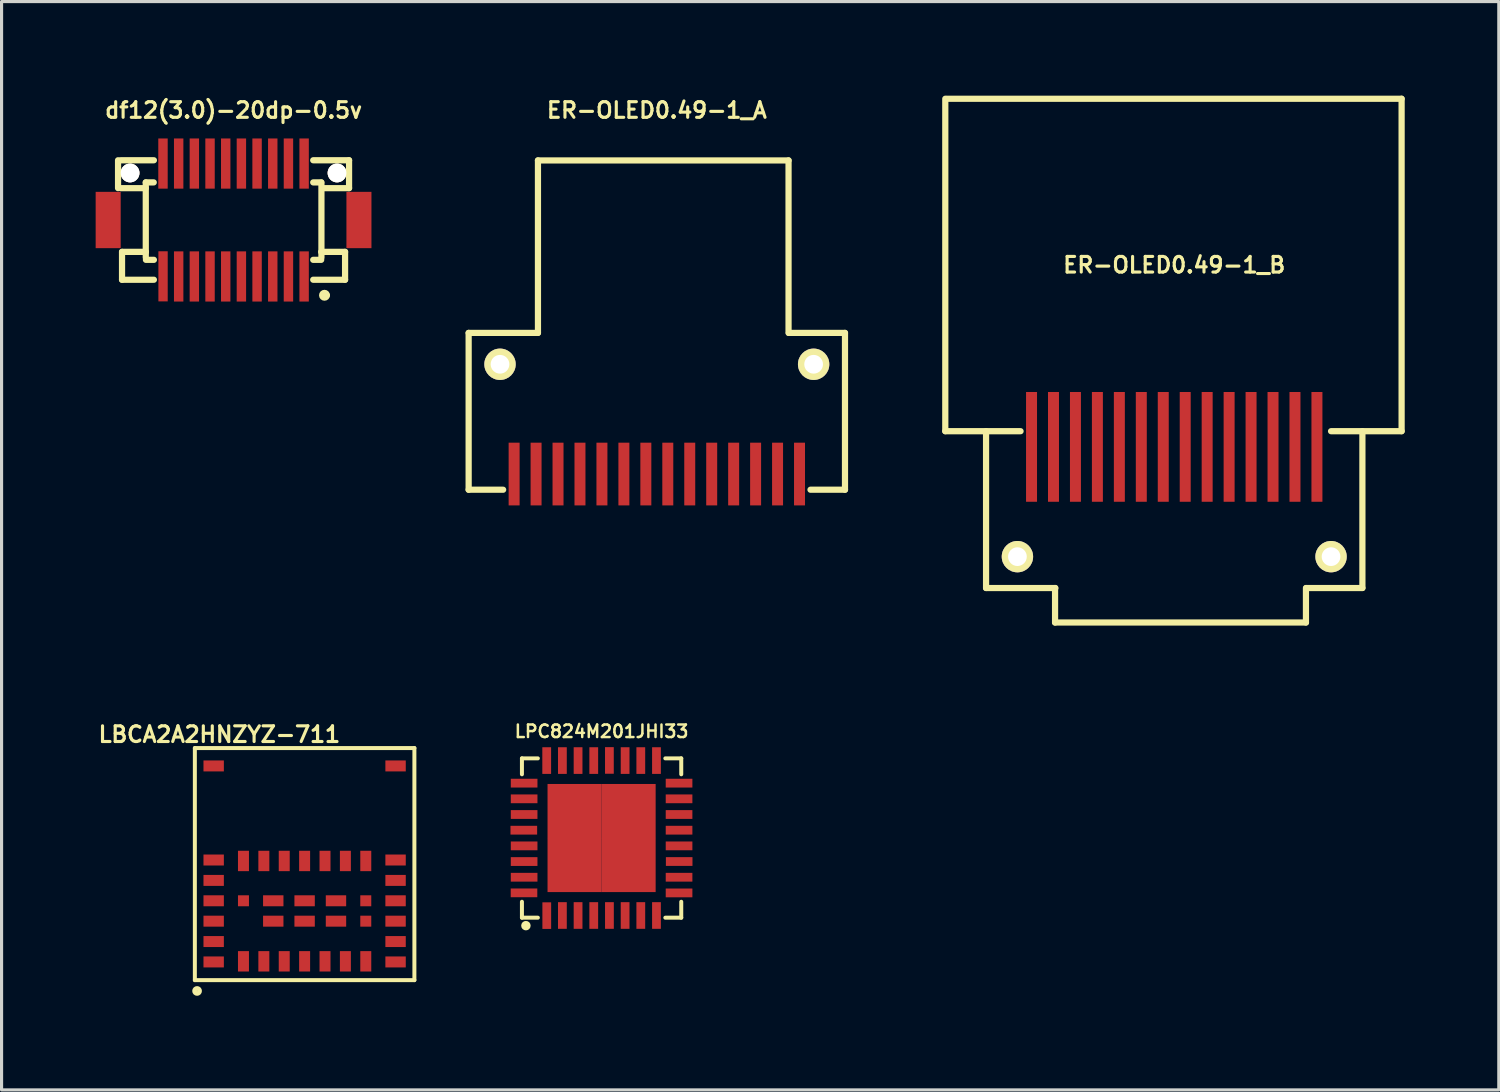
<source format=kicad_pcb>
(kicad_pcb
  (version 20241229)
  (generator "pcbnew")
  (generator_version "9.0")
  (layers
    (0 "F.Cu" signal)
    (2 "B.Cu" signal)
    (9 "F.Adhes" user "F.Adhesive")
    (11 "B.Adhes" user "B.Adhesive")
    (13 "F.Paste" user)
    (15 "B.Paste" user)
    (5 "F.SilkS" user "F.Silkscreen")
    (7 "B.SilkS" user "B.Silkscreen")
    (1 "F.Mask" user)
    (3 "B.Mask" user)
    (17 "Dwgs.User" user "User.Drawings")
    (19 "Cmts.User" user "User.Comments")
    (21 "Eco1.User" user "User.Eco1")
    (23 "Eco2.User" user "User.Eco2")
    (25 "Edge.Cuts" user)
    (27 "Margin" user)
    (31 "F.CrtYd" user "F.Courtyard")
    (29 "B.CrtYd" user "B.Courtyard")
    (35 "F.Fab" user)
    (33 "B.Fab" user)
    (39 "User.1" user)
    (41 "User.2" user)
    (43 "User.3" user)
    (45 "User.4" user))
  (footprint "df12(3.0)-20dp-0.5v"
    (layer "F.Cu")
    (at 4.397 3.965)
    (property "Reference" "df12(3.0)-20dp-0.5v" (at 0 -3.5 0) (layer "F.SilkS") (effects (font (size 0.498 0.498) (thickness 0.099))))
    (attr through_hole)
    (fp_line (start -3.683 -1.016) (end -3.683 -1.905) (stroke (width 0.198) (type solid)) (layer "F.SilkS"))
    (fp_line (start -3.599 -1.905) (end -2.54 -1.905) (stroke (width 0.198) (type solid)) (layer "F.SilkS"))
    (fp_line (start -3.556 1.016) (end -3.556 1.905) (stroke (width 0.198) (type solid)) (layer "F.SilkS"))
    (fp_line (start -2.799 -1.016) (end -3.599 -1.016) (stroke (width 0.198) (type solid)) (layer "F.SilkS"))
    (fp_line (start -2.799 1.199) (end -2.799 -1.199) (stroke (width 0.198) (type solid)) (layer "F.SilkS"))
    (fp_line (start -2.794 1.016) (end -3.556 1.016) (stroke (width 0.198) (type solid)) (layer "F.SilkS"))
    (fp_line (start -2.545 -1.199) (end -2.799 -1.199) (stroke (width 0.198) (type solid)) (layer "F.SilkS"))
    (fp_line (start -2.54 1.27) (end -2.794 1.27) (stroke (width 0.198) (type solid)) (layer "F.SilkS"))
    (fp_line (start -2.54 1.905) (end -3.556 1.905) (stroke (width 0.198) (type solid)) (layer "F.SilkS"))
    (fp_line (start 2.54 -1.905) (end 3.683 -1.905) (stroke (width 0.198) (type solid)) (layer "F.SilkS"))
    (fp_line (start 2.794 -1.199) (end 2.54 -1.199) (stroke (width 0.198) (type solid)) (layer "F.SilkS"))
    (fp_line (start 2.794 1.27) (end 2.54 1.27) (stroke (width 0.198) (type solid)) (layer "F.SilkS"))
    (fp_line (start 2.802 -1.199) (end 2.802 1.199) (stroke (width 0.198) (type solid)) (layer "F.SilkS"))
    (fp_line (start 2.883 -1.016) (end 3.683 -1.016) (stroke (width 0.198) (type solid)) (layer "F.SilkS"))
    (fp_line (start 2.9 2.4) (end 3 2.4) (stroke (width 0.15) (type solid)) (layer "F.SilkS"))
    (fp_line (start 3.556 1.016) (end 2.794 1.016) (stroke (width 0.198) (type solid)) (layer "F.SilkS"))
    (fp_line (start 3.556 1.905) (end 2.54 1.905) (stroke (width 0.198) (type solid)) (layer "F.SilkS"))
    (fp_line (start 3.556 1.905) (end 3.556 1.016) (stroke (width 0.198) (type solid)) (layer "F.SilkS"))
    (fp_line (start 3.683 -1.016) (end 3.683 -1.905) (stroke (width 0.198) (type solid)) (layer "F.SilkS"))
    (fp_circle (center 2.9 2.4) (end 2.9 2.5) (stroke (width 0.15) (type solid)) (fill no) (layer "F.SilkS"))
    (pad "" smd rect (at -3.998 0) (size 0.798 1.796) (layers "F.Cu" "F.Mask" "F.Paste"))
    (pad "" np_thru_hole circle (at -3.3 -1.5) (size 0.6 0.6) (drill 0.597) (layers "*.Cu" "*.Mask" "F.SilkS"))
    (pad "" np_thru_hole circle (at 3.3 -1.5) (size 0.6 0.6) (drill 0.597) (layers "*.Cu" "*.Mask" "F.SilkS"))
    (pad "" smd rect (at 3.998 0) (size 0.798 1.796) (layers "F.Cu" "F.Mask" "F.Paste"))
    (pad "1" smd rect (at 2.25 1.8) (size 0.3 1.6) (layers "F.Cu" "F.Mask" "F.Paste"))
    (pad "2" smd rect (at 1.75 1.8) (size 0.3 1.6) (layers "F.Cu" "F.Mask" "F.Paste"))
    (pad "3" smd rect (at 1.25 1.8) (size 0.3 1.6) (layers "F.Cu" "F.Mask" "F.Paste"))
    (pad "4" smd rect (at 0.75 1.8) (size 0.3 1.6) (layers "F.Cu" "F.Mask" "F.Paste"))
    (pad "5" smd rect (at 0.25 1.8) (size 0.3 1.6) (layers "F.Cu" "F.Mask" "F.Paste"))
    (pad "6" smd rect (at -0.25 1.8) (size 0.3 1.6) (layers "F.Cu" "F.Mask" "F.Paste"))
    (pad "7" smd rect (at -0.75 1.8) (size 0.3 1.6) (layers "F.Cu" "F.Mask" "F.Paste"))
    (pad "8" smd rect (at -1.25 1.8) (size 0.3 1.6) (layers "F.Cu" "F.Mask" "F.Paste"))
    (pad "9" smd rect (at -1.75 1.8) (size 0.3 1.6) (layers "F.Cu" "F.Mask" "F.Paste"))
    (pad "10" smd rect (at -2.248 1.796) (size 0.297 1.598) (layers "F.Cu" "F.Mask" "F.Paste"))
    (pad "11" smd rect (at -2.25 -1.8) (size 0.3 1.6) (layers "F.Cu" "F.Mask" "F.Paste"))
    (pad "12" smd rect (at -1.75 -1.8) (size 0.3 1.6) (layers "F.Cu" "F.Mask" "F.Paste"))
    (pad "13" smd rect (at -1.25 -1.8) (size 0.3 1.6) (layers "F.Cu" "F.Mask" "F.Paste"))
    (pad "14" smd rect (at -0.75 -1.8) (size 0.3 1.6) (layers "F.Cu" "F.Mask" "F.Paste"))
    (pad "15" smd rect (at -0.25 -1.8) (size 0.3 1.6) (layers "F.Cu" "F.Mask" "F.Paste"))
    (pad "16" smd rect (at 0.25 -1.8) (size 0.3 1.6) (layers "F.Cu" "F.Mask" "F.Paste"))
    (pad "17" smd rect (at 0.75 -1.8) (size 0.3 1.6) (layers "F.Cu" "F.Mask" "F.Paste"))
    (pad "18" smd rect (at 1.25 -1.8) (size 0.3 1.6) (layers "F.Cu" "F.Mask" "F.Paste"))
    (pad "19" smd rect (at 1.75 -1.8) (size 0.3 1.6) (layers "F.Cu" "F.Mask" "F.Paste"))
    (pad "20" smd rect (at 2.25 -1.8) (size 0.3 1.6) (layers "F.Cu" "F.Mask" "F.Paste")))
  (footprint "ER-OLED0.49-1_A"
    (layer "F.Cu")
    (at 17.893 9.565)
    (property "Reference" "ER-OLED0.49-1_A" (at 0 -9.1 0) (layer "F.SilkS") (effects (font (size 0.498 0.498) (thickness 0.099))))
    (attr through_hole)
    (fp_line (start -6 -2) (end -6 3) (stroke (width 0.198) (type solid)) (layer "F.SilkS"))
    (fp_line (start -4.9 3) (end -6 3) (stroke (width 0.198) (type solid)) (layer "F.SilkS"))
    (fp_line (start -3.79 -2) (end -6 -2) (stroke (width 0.198) (type solid)) (layer "F.SilkS"))
    (fp_line (start -3.79 -2) (end -3.79 -7.5) (stroke (width 0.198) (type solid)) (layer "F.SilkS"))
    (fp_line (start 4.2 -7.5) (end -3.79 -7.5) (stroke (width 0.198) (type solid)) (layer "F.SilkS"))
    (fp_line (start 4.2 -7.5) (end 4.2 -2) (stroke (width 0.198) (type solid)) (layer "F.SilkS"))
    (fp_line (start 6 -2) (end 4.21 -2) (stroke (width 0.198) (type solid)) (layer "F.SilkS"))
    (fp_line (start 6 -2) (end 6 3) (stroke (width 0.198) (type solid)) (layer "F.SilkS"))
    (fp_line (start 6 3) (end 4.9 3) (stroke (width 0.198) (type solid)) (layer "F.SilkS"))
    (pad "" np_thru_hole circle (at -5 -1) (size 1 1) (drill 0.597) (layers "*.Cu" "*.Mask" "F.SilkS"))
    (pad "" np_thru_hole circle (at 5 -1) (size 1 1) (drill 0.597) (layers "*.Cu" "*.Mask" "F.SilkS"))
    (pad "1" smd rect (at 4.55 2.5) (size 0.35 2) (layers "F.Cu" "F.Mask" "F.Paste"))
    (pad "2" smd rect (at 3.85 2.5) (size 0.35 2) (layers "F.Cu" "F.Mask" "F.Paste"))
    (pad "3" smd rect (at 3.15 2.5) (size 0.35 2) (layers "F.Cu" "F.Mask" "F.Paste"))
    (pad "4" smd rect (at 2.45 2.5) (size 0.35 2) (layers "F.Cu" "F.Mask" "F.Paste"))
    (pad "5" smd rect (at 1.75 2.5) (size 0.35 2) (layers "F.Cu" "F.Mask" "F.Paste"))
    (pad "6" smd rect (at 1.05 2.5) (size 0.35 2) (layers "F.Cu" "F.Mask" "F.Paste"))
    (pad "7" smd rect (at 0.35 2.5) (size 0.35 2) (layers "F.Cu" "F.Mask" "F.Paste"))
    (pad "8" smd rect (at -0.35 2.5) (size 0.35 2) (layers "F.Cu" "F.Mask" "F.Paste"))
    (pad "9" smd rect (at -1.05 2.5) (size 0.35 2) (layers "F.Cu" "F.Mask" "F.Paste"))
    (pad "10" smd rect (at -1.75 2.5) (size 0.35 2) (layers "F.Cu" "F.Mask" "F.Paste"))
    (pad "11" smd rect (at -2.45 2.5) (size 0.35 2) (layers "F.Cu" "F.Mask" "F.Paste"))
    (pad "12" smd rect (at -3.15 2.5) (size 0.35 2) (layers "F.Cu" "F.Mask" "F.Paste"))
    (pad "13" smd rect (at -3.85 2.5) (size 0.35 2) (layers "F.Cu" "F.Mask" "F.Paste"))
    (pad "14" smd rect (at -4.55 2.5) (size 0.35 2) (layers "F.Cu" "F.Mask" "F.Paste")))
  (footprint "ER-OLED0.49-1_B"
    (layer "F.Cu")
    (at 34.391 15.699)
    (property "Reference" "ER-OLED0.49-1_B" (at 0 -10.3 0) (layer "F.SilkS") (effects (font (size 0.498 0.498) (thickness 0.099))))
    (attr through_hole)
    (fp_line (start -7.3 -15.6) (end -7.3 -5) (stroke (width 0.198) (type solid)) (layer "F.SilkS"))
    (fp_line (start -7.3 -5) (end -4.9 -5) (stroke (width 0.198) (type solid)) (layer "F.SilkS"))
    (fp_line (start -6 0) (end -6 -5) (stroke (width 0.198) (type solid)) (layer "F.SilkS"))
    (fp_line (start -6 0) (end -3.79 0) (stroke (width 0.198) (type solid)) (layer "F.SilkS"))
    (fp_line (start -3.8 1.1) (end -3.8 0) (stroke (width 0.198) (type solid)) (layer "F.SilkS"))
    (fp_line (start 4.2 0) (end 4.2 1.1) (stroke (width 0.198) (type solid)) (layer "F.SilkS"))
    (fp_line (start 4.2 1.1) (end -3.8 1.1) (stroke (width 0.198) (type solid)) (layer "F.SilkS"))
    (fp_line (start 4.21 0) (end 6 0) (stroke (width 0.198) (type solid)) (layer "F.SilkS"))
    (fp_line (start 5 -5) (end 7.25 -5) (stroke (width 0.198) (type solid)) (layer "F.SilkS"))
    (fp_line (start 6 0) (end 6 -5) (stroke (width 0.198) (type solid)) (layer "F.SilkS"))
    (fp_line (start 7.25 -15.6) (end -7.25 -15.6) (stroke (width 0.198) (type solid)) (layer "F.SilkS"))
    (fp_line (start 7.25 -5) (end 7.25 -15.6) (stroke (width 0.198) (type solid)) (layer "F.SilkS"))
    (pad "" np_thru_hole circle (at -5 -1 180) (size 1 1) (drill 0.597) (layers "*.Cu" "*.Mask" "F.SilkS"))
    (pad "" np_thru_hole circle (at 5 -1 180) (size 1 1) (drill 0.597) (layers "*.Cu" "*.Mask" "F.SilkS"))
    (pad "1" smd rect (at -4.55 -4.5 180) (size 0.35 3.5) (layers "F.Cu" "F.Mask" "F.Paste"))
    (pad "2" smd rect (at -3.85 -4.5 180) (size 0.35 3.5) (layers "F.Cu" "F.Mask" "F.Paste"))
    (pad "3" smd rect (at -3.15 -4.5 180) (size 0.35 3.5) (layers "F.Cu" "F.Mask" "F.Paste"))
    (pad "4" smd rect (at -2.45 -4.5 180) (size 0.35 3.5) (layers "F.Cu" "F.Mask" "F.Paste"))
    (pad "5" smd rect (at -1.75 -4.5 180) (size 0.35 3.5) (layers "F.Cu" "F.Mask" "F.Paste"))
    (pad "6" smd rect (at -1.05 -4.5 180) (size 0.35 3.5) (layers "F.Cu" "F.Mask" "F.Paste"))
    (pad "7" smd rect (at -0.35 -4.5 180) (size 0.35 3.5) (layers "F.Cu" "F.Mask" "F.Paste"))
    (pad "8" smd rect (at 0.35 -4.5 180) (size 0.35 3.5) (layers "F.Cu" "F.Mask" "F.Paste"))
    (pad "9" smd rect (at 1.05 -4.5 180) (size 0.35 3.5) (layers "F.Cu" "F.Mask" "F.Paste"))
    (pad "10" smd rect (at 1.75 -4.5 180) (size 0.35 3.5) (layers "F.Cu" "F.Mask" "F.Paste"))
    (pad "11" smd rect (at 2.45 -4.5 180) (size 0.35 3.5) (layers "F.Cu" "F.Mask" "F.Paste"))
    (pad "12" smd rect (at 3.15 -4.5 180) (size 0.35 3.5) (layers "F.Cu" "F.Mask" "F.Paste"))
    (pad "13" smd rect (at 3.85 -4.5 180) (size 0.35 3.5) (layers "F.Cu" "F.Mask" "F.Paste"))
    (pad "14" smd rect (at 4.55 -4.5 180) (size 0.35 3.5) (layers "F.Cu" "F.Mask" "F.Paste")))
  (footprint "LPC824M201JHI33"
    (layer "F.Cu")
    (at 16.132 23.671)
    (property "Reference" "LPC824M201JHI33" (at 0 -3.401 0) (layer "F.SilkS") (effects (font (size 0.399 0.399) (thickness 0.079))))
    (attr through_hole)
    (fp_line (start -2.54 -2.54) (end -2.032 -2.54) (stroke (width 0.127) (type solid)) (layer "F.SilkS"))
    (fp_line (start -2.54 -2.032) (end -2.54 -2.54) (stroke (width 0.127) (type solid)) (layer "F.SilkS"))
    (fp_line (start -2.54 2.54) (end -2.54 2.032) (stroke (width 0.127) (type solid)) (layer "F.SilkS"))
    (fp_line (start -2.032 2.54) (end -2.54 2.54) (stroke (width 0.127) (type solid)) (layer "F.SilkS"))
    (fp_line (start 2.032 -2.54) (end 2.54 -2.54) (stroke (width 0.127) (type solid)) (layer "F.SilkS"))
    (fp_line (start 2.54 -2.54) (end 2.54 -2.032) (stroke (width 0.127) (type solid)) (layer "F.SilkS"))
    (fp_line (start 2.54 2.032) (end 2.54 2.54) (stroke (width 0.127) (type solid)) (layer "F.SilkS"))
    (fp_line (start 2.54 2.54) (end 2.032 2.54) (stroke (width 0.127) (type solid)) (layer "F.SilkS"))
    (fp_circle (center -2.413 2.794) (end -2.413 2.87) (stroke (width 0.15) (type solid)) (fill no) (layer "F.SilkS"))
    (pad "1" smd rect (at -1.748 2.474) (size 0.279 0.848) (layers "F.Cu" "F.Mask" "F.Paste"))
    (pad "2" smd rect (at -1.25 2.47) (size 0.28 0.85) (layers "F.Cu" "F.Mask" "F.Paste"))
    (pad "3" smd rect (at -0.75 2.47) (size 0.28 0.85) (layers "F.Cu" "F.Mask" "F.Paste"))
    (pad "4" smd rect (at -0.25 2.47) (size 0.28 0.85) (layers "F.Cu" "F.Mask" "F.Paste"))
    (pad "5" smd rect (at 0.25 2.47) (size 0.28 0.85) (layers "F.Cu" "F.Mask" "F.Paste"))
    (pad "6" smd rect (at 0.75 2.47) (size 0.28 0.85) (layers "F.Cu" "F.Mask" "F.Paste"))
    (pad "7" smd rect (at 1.25 2.47) (size 0.28 0.85) (layers "F.Cu" "F.Mask" "F.Paste"))
    (pad "8" smd rect (at 1.75 2.47) (size 0.28 0.85) (layers "F.Cu" "F.Mask" "F.Paste"))
    (pad "9" smd rect (at 2.47 1.75) (size 0.85 0.28) (layers "F.Cu" "F.Mask" "F.Paste"))
    (pad "10" smd rect (at 2.47 1.25) (size 0.85 0.28) (layers "F.Cu" "F.Mask" "F.Paste"))
    (pad "11" smd rect (at 2.474 0.749) (size 0.848 0.279) (layers "F.Cu" "F.Mask" "F.Paste"))
    (pad "12" smd rect (at 2.47 0.25) (size 0.85 0.28) (layers "F.Cu" "F.Mask" "F.Paste"))
    (pad "13" smd rect (at 2.47 -0.25) (size 0.85 0.28) (layers "F.Cu" "F.Mask" "F.Paste"))
    (pad "14" smd rect (at 2.47 -0.75) (size 0.85 0.28) (layers "F.Cu" "F.Mask" "F.Paste"))
    (pad "15" smd rect (at 2.47 -1.25) (size 0.85 0.28) (layers "F.Cu" "F.Mask" "F.Paste"))
    (pad "16" smd rect (at 2.47 -1.75) (size 0.85 0.28) (layers "F.Cu" "F.Mask" "F.Paste"))
    (pad "17" smd rect (at 1.75 -2.47) (size 0.28 0.85) (layers "F.Cu" "F.Mask" "F.Paste"))
    (pad "18" smd rect (at 1.25 -2.47) (size 0.28 0.85) (layers "F.Cu" "F.Mask" "F.Paste"))
    (pad "19" smd rect (at 0.75 -2.47) (size 0.28 0.85) (layers "F.Cu" "F.Mask" "F.Paste"))
    (pad "20" smd rect (at 0.249 -2.474) (size 0.279 0.848) (layers "F.Cu" "F.Mask" "F.Paste"))
    (pad "21" smd rect (at -0.25 -2.47) (size 0.28 0.85) (layers "F.Cu" "F.Mask" "F.Paste"))
    (pad "22" smd rect (at -0.75 -2.47) (size 0.28 0.85) (layers "F.Cu" "F.Mask" "F.Paste"))
    (pad "23" smd rect (at -1.25 -2.47) (size 0.28 0.85) (layers "F.Cu" "F.Mask" "F.Paste"))
    (pad "24" smd rect (at -1.75 -2.47) (size 0.28 0.85) (layers "F.Cu" "F.Mask" "F.Paste"))
    (pad "25" smd rect (at -2.47 -1.75) (size 0.85 0.28) (layers "F.Cu" "F.Mask" "F.Paste"))
    (pad "26" smd rect (at -2.47 -1.25) (size 0.85 0.28) (layers "F.Cu" "F.Mask" "F.Paste"))
    (pad "27" smd rect (at -2.47 -0.75) (size 0.85 0.28) (layers "F.Cu" "F.Mask" "F.Paste"))
    (pad "28" smd rect (at -2.48 -0.25) (size 0.85 0.28) (layers "F.Cu" "F.Mask" "F.Paste"))
    (pad "29" smd rect (at -2.47 0.25) (size 0.85 0.28) (layers "F.Cu" "F.Mask" "F.Paste"))
    (pad "30" smd rect (at -2.47 0.75) (size 0.85 0.28) (layers "F.Cu" "F.Mask" "F.Paste"))
    (pad "31" smd rect (at -2.47 1.25) (size 0.85 0.28) (layers "F.Cu" "F.Mask" "F.Paste"))
    (pad "32" smd rect (at -2.474 1.748) (size 0.848 0.279) (layers "F.Cu" "F.Mask" "F.Paste"))
    (pad "33" smd rect (at -0.861 -0.861) (size 1.725 1.725) (layers "F.Cu" "F.Mask" "F.Paste"))
    (pad "33" smd rect (at -0.861 0.861) (size 1.725 1.725) (layers "F.Cu" "F.Mask" "F.Paste"))
    (pad "33" smd rect (at 0.861 -0.861) (size 1.725 1.725) (layers "F.Cu" "F.Mask" "F.Paste"))
    (pad "33" smd rect (at 0.861 0.861) (size 1.725 1.725) (layers "F.Cu" "F.Mask" "F.Paste")))
  (footprint "LBCA2A2HNZYZ-711"
    (layer "F.Cu")
    (at 6.663 26.002)
    (property "Reference" "LBCA2A2HNZYZ-711" (at -2.718 -5.635 0) (layer "F.SilkS") (effects (font (size 0.5 0.5) (thickness 0.1))))
    (attr through_hole)
    (fp_line (start -3.5 -5.2) (end 3.5 -5.2) (stroke (width 0.127) (type solid)) (layer "F.SilkS"))
    (fp_line (start -3.5 2.2) (end -3.5 -5.2) (stroke (width 0.127) (type solid)) (layer "F.SilkS"))
    (fp_line (start 3.5 -5.2) (end 3.5 2.2) (stroke (width 0.127) (type solid)) (layer "F.SilkS"))
    (fp_line (start 3.5 2.2) (end -3.5 2.2) (stroke (width 0.127) (type solid)) (layer "F.SilkS"))
    (fp_circle (center -3.429 2.545) (end -3.404 2.621) (stroke (width 0.15) (type solid)) (fill no) (layer "F.SilkS"))
    (pad "1" smd rect (at -1.95 1.6) (size 0.35 0.65) (layers "F.Cu" "F.Mask" "F.Paste"))
    (pad "2" smd rect (at -1.3 1.6) (size 0.35 0.65) (layers "F.Cu" "F.Mask" "F.Paste"))
    (pad "3" smd rect (at -0.65 1.6) (size 0.35 0.65) (layers "F.Cu" "F.Mask" "F.Paste"))
    (pad "4" smd rect (at 0 1.6) (size 0.35 0.65) (layers "F.Cu" "F.Mask" "F.Paste"))
    (pad "5" smd rect (at 0.65 1.6) (size 0.35 0.65) (layers "F.Cu" "F.Mask" "F.Paste"))
    (pad "6" smd rect (at 1.3 1.6) (size 0.35 0.65) (layers "F.Cu" "F.Mask" "F.Paste"))
    (pad "7" smd rect (at 1.95 1.6) (size 0.35 0.65) (layers "F.Cu" "F.Mask" "F.Paste"))
    (pad "8" smd rect (at 2.9 1.62) (size 0.65 0.35) (layers "F.Cu" "F.Mask" "F.Paste"))
    (pad "9" smd rect (at 2.9 0.97) (size 0.65 0.35) (layers "F.Cu" "F.Mask" "F.Paste"))
    (pad "10" smd rect (at 2.9 0.32) (size 0.65 0.35) (layers "F.Cu" "F.Mask" "F.Paste"))
    (pad "11" smd rect (at 2.9 -0.33) (size 0.65 0.35) (layers "F.Cu" "F.Mask" "F.Paste"))
    (pad "12" smd rect (at 2.9 -0.98) (size 0.65 0.35) (layers "F.Cu" "F.Mask" "F.Paste"))
    (pad "13" smd rect (at 2.9 -1.63) (size 0.65 0.35) (layers "F.Cu" "F.Mask" "F.Paste"))
    (pad "14" smd rect (at 1.95 -1.6) (size 0.35 0.65) (layers "F.Cu" "F.Mask" "F.Paste"))
    (pad "15" smd rect (at 1.3 -1.6) (size 0.35 0.65) (layers "F.Cu" "F.Mask" "F.Paste"))
    (pad "16" smd rect (at 0.65 -1.6) (size 0.35 0.65) (layers "F.Cu" "F.Mask" "F.Paste"))
    (pad "17" smd rect (at 0 -1.6) (size 0.35 0.65) (layers "F.Cu" "F.Mask" "F.Paste"))
    (pad "18" smd rect (at -0.65 -1.6) (size 0.35 0.65) (layers "F.Cu" "F.Mask" "F.Paste"))
    (pad "19" smd rect (at -1.3 -1.6) (size 0.35 0.65) (layers "F.Cu" "F.Mask" "F.Paste"))
    (pad "20" smd rect (at -1.95 -1.6) (size 0.35 0.65) (layers "F.Cu" "F.Mask" "F.Paste"))
    (pad "21" smd rect (at -2.9 -1.63) (size 0.65 0.35) (layers "F.Cu" "F.Mask" "F.Paste"))
    (pad "22" smd rect (at -2.9 -0.98) (size 0.65 0.35) (layers "F.Cu" "F.Mask" "F.Paste"))
    (pad "23" smd rect (at -2.9 -0.33) (size 0.65 0.35) (layers "F.Cu" "F.Mask" "F.Paste"))
    (pad "24" smd rect (at -2.9 0.32) (size 0.65 0.35) (layers "F.Cu" "F.Mask" "F.Paste"))
    (pad "25" smd rect (at -2.9 0.97) (size 0.65 0.35) (layers "F.Cu" "F.Mask" "F.Paste"))
    (pad "26" smd rect (at -2.9 1.62) (size 0.65 0.35) (layers "F.Cu" "F.Mask" "F.Paste"))
    (pad "27" smd rect (at -1 0.32) (size 0.65 0.35) (layers "F.Cu" "F.Mask" "F.Paste"))
    (pad "28" smd rect (at 0 0.32) (size 0.65 0.35) (layers "F.Cu" "F.Mask" "F.Paste"))
    (pad "29" smd rect (at 1 0.32) (size 0.65 0.35) (layers "F.Cu" "F.Mask" "F.Paste"))
    (pad "30" smd rect (at 1.95 0.32) (size 0.35 0.35) (layers "F.Cu" "F.Mask" "F.Paste"))
    (pad "31" smd rect (at 1.95 -0.33) (size 0.35 0.35) (layers "F.Cu" "F.Mask" "F.Paste"))
    (pad "32" smd rect (at 1 -0.33) (size 0.65 0.35) (layers "F.Cu" "F.Mask" "F.Paste"))
    (pad "33" smd rect (at 0 -0.33) (size 0.65 0.35) (layers "F.Cu" "F.Mask" "F.Paste"))
    (pad "34" smd rect (at -1 -0.33) (size 0.65 0.35) (layers "F.Cu" "F.Mask" "F.Paste"))
    (pad "35" smd rect (at -1.95 -0.33) (size 0.35 0.35) (layers "F.Cu" "F.Mask" "F.Paste"))
    (pad "36" smd rect (at 2.9 -4.63) (size 0.65 0.35) (layers "F.Cu" "F.Mask" "F.Paste"))
    (pad "37" smd rect (at -2.9 -4.63) (size 0.65 0.35) (layers "F.Cu" "F.Mask" "F.Paste")))
  (gr_rect
    (start -3 -3)
    (end 44.74 31.702)
    (stroke (width 0.1) (type default))
    (fill no)
    (layer "Edge.Cuts")))
</source>
